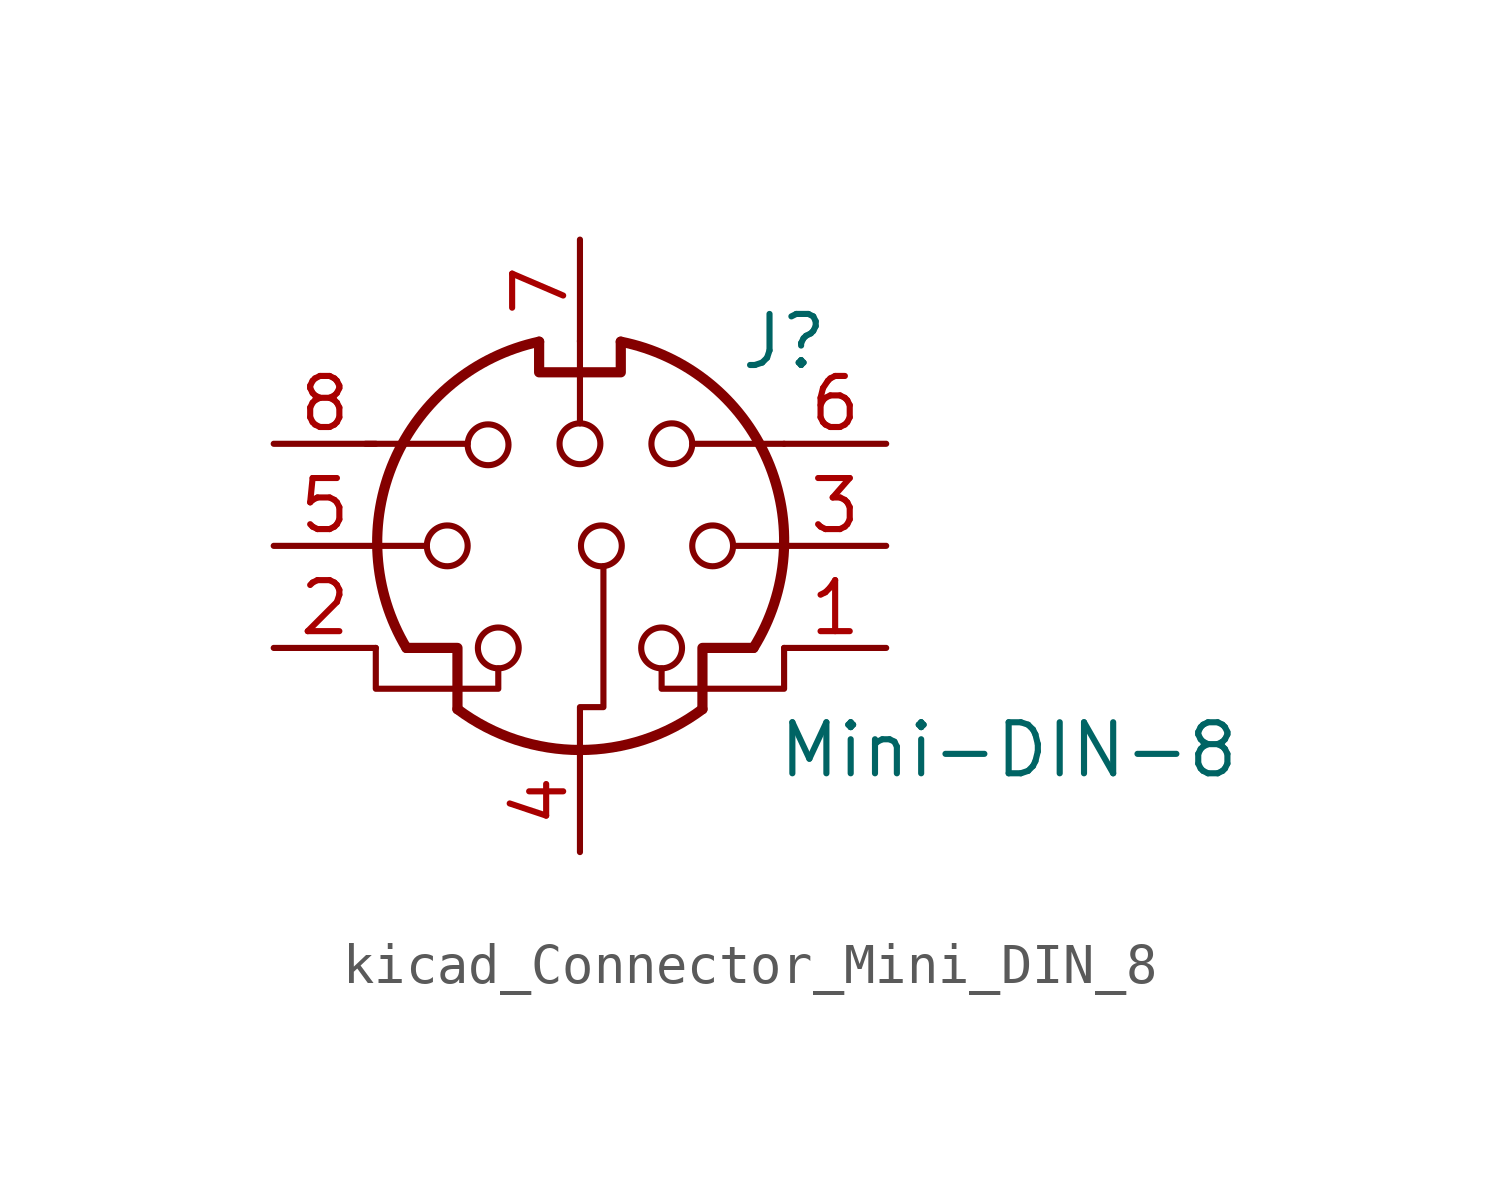
<source format=kicad_sym>
(kicad_symbol_lib
  (version 20220914)
  (generator kicad_symbol_editor)
  (symbol "kicad_Connector_Mini_DIN_8"
    (pin_names
      (offset 1.016))
    (property "Reference" "J"
      (at 5.08 5.08 0)
      (effects (font (size 1.27 1.27))))
    (property "Value" "Mini-DIN-8"
      (at 10.668 -5.08 0)
      (effects (font (size 1.27 1.27))))
    (symbol "kicad_Connector_Mini_DIN_8_0_1"
      (circle (center -3.302 0) (radius 0.508) (stroke (width 0) (type default)) (fill (type none)))
      (arc (start -3.048 -4.064) (mid 0 -5.08) (end 3.048 -4.064) (stroke (width 0.254) (type default)) (fill (type none)))
      (circle (center -2.286 2.515) (radius 0.508) (stroke (width 0) (type default)) (fill (type none)))
      (circle (center -2.032 -2.54) (radius 0.508) (stroke (width 0) (type default)) (fill (type none)))
      (arc (start -1.016 5.08) (mid -4.6228 2.1214) (end -4.318 -2.54) (stroke (width 0.254) (type default)) (fill (type none)))
      (polyline (pts (xy -3.81 0) (xy -5.08 0)) (stroke (width 0) (type default)) (fill (type none)))
      (polyline (pts (xy -2.794 2.54) (xy -5.334 2.54)) (stroke (width 0) (type default)) (fill (type none)))
      (polyline (pts (xy 0 5.105) (xy 0 3.048)) (stroke (width 0) (type default)) (fill (type none)))
      (polyline (pts (xy 2.794 2.54) (xy 5.08 2.54)) (stroke (width 0) (type default)) (fill (type none)))
      (polyline (pts (xy 5.08 0) (xy 3.81 0)) (stroke (width 0) (type default)) (fill (type none)))
      (polyline (pts (xy -4.318 -2.54) (xy -3.048 -2.54) (xy -3.048 -4.064)) (stroke (width 0.254) (type default)) (fill (type none)))
      (polyline (pts (xy 4.318 -2.54) (xy 3.048 -2.54) (xy 3.048 -4.064)) (stroke (width 0.254) (type default)) (fill (type none)))
      (polyline (pts (xy -2.032 -3.048) (xy -2.032 -3.556) (xy -5.08 -3.556) (xy -5.08 -2.54)) (stroke (width 0) (type default)) (fill (type none)))
      (polyline (pts (xy -1.016 5.08) (xy -1.016 4.318) (xy 1.016 4.318) (xy 1.016 5.08)) (stroke (width 0.254) (type default)) (fill (type none)))
      (polyline (pts (xy 0.584 -0.508) (xy 0.584 -4.013) (xy 0 -4.013) (xy 0 -5.182)) (stroke (width 0) (type default)) (fill (type none)))
      (polyline (pts (xy 2.032 -3.048) (xy 2.032 -3.556) (xy 5.08 -3.556) (xy 5.08 -2.54)) (stroke (width 0) (type default)) (fill (type none)))
      (circle (center 0 2.54) (radius 0.508) (stroke (width 0) (type default)) (fill (type none)))
      (circle (center 2.032 -2.54) (radius 0.508) (stroke (width 0) (type default)) (fill (type none)))
      (circle (center 2.286 2.54) (radius 0.508) (stroke (width 0) (type default)) (fill (type none)))
      (circle (center 3.302 0) (radius 0.508) (stroke (width 0) (type default)) (fill (type none)))
      (arc (start 4.318 -2.54) (mid 4.6661 2.1322) (end 1.016 5.08) (stroke (width 0.254) (type default)) (fill (type none))))
    (symbol "kicad_Connector_Mini_DIN_8_1_1"
      (circle (center 0.533 0) (radius 0.508) (stroke (width 0) (type default)) (fill (type none)))
      (pin passive line (at 7.62 -2.54 180) (length 2.54) (name "~" (effects (font (size 1.27 1.27)))) (number "1" (effects (font (size 1.27 1.27)))))
      (pin passive line (at -7.62 -2.54 0) (length 2.54) (name "~" (effects (font (size 1.27 1.27)))) (number "2" (effects (font (size 1.27 1.27)))))
      (pin passive line (at 7.62 0 180) (length 2.54) (name "~" (effects (font (size 1.27 1.27)))) (number "3" (effects (font (size 1.27 1.27)))))
      (pin passive line (at 0 -7.62 90) (length 2.54) (name "~" (effects (font (size 1.27 1.27)))) (number "4" (effects (font (size 1.27 1.27)))))
      (pin passive line (at -7.62 0 0) (length 2.54) (name "~" (effects (font (size 1.27 1.27)))) (number "5" (effects (font (size 1.27 1.27)))))
      (pin passive line (at 7.62 2.54 180) (length 2.54) (name "~" (effects (font (size 1.27 1.27)))) (number "6" (effects (font (size 1.27 1.27)))))
      (pin passive line (at 0 7.62 270) (length 2.54) (name "~" (effects (font (size 1.27 1.27)))) (number "7" (effects (font (size 1.27 1.27)))))
      (pin passive line (at -7.62 2.54 0) (length 2.54) (name "~" (effects (font (size 1.27 1.27)))) (number "8" (effects (font (size 1.27 1.27))))))))
</source>
